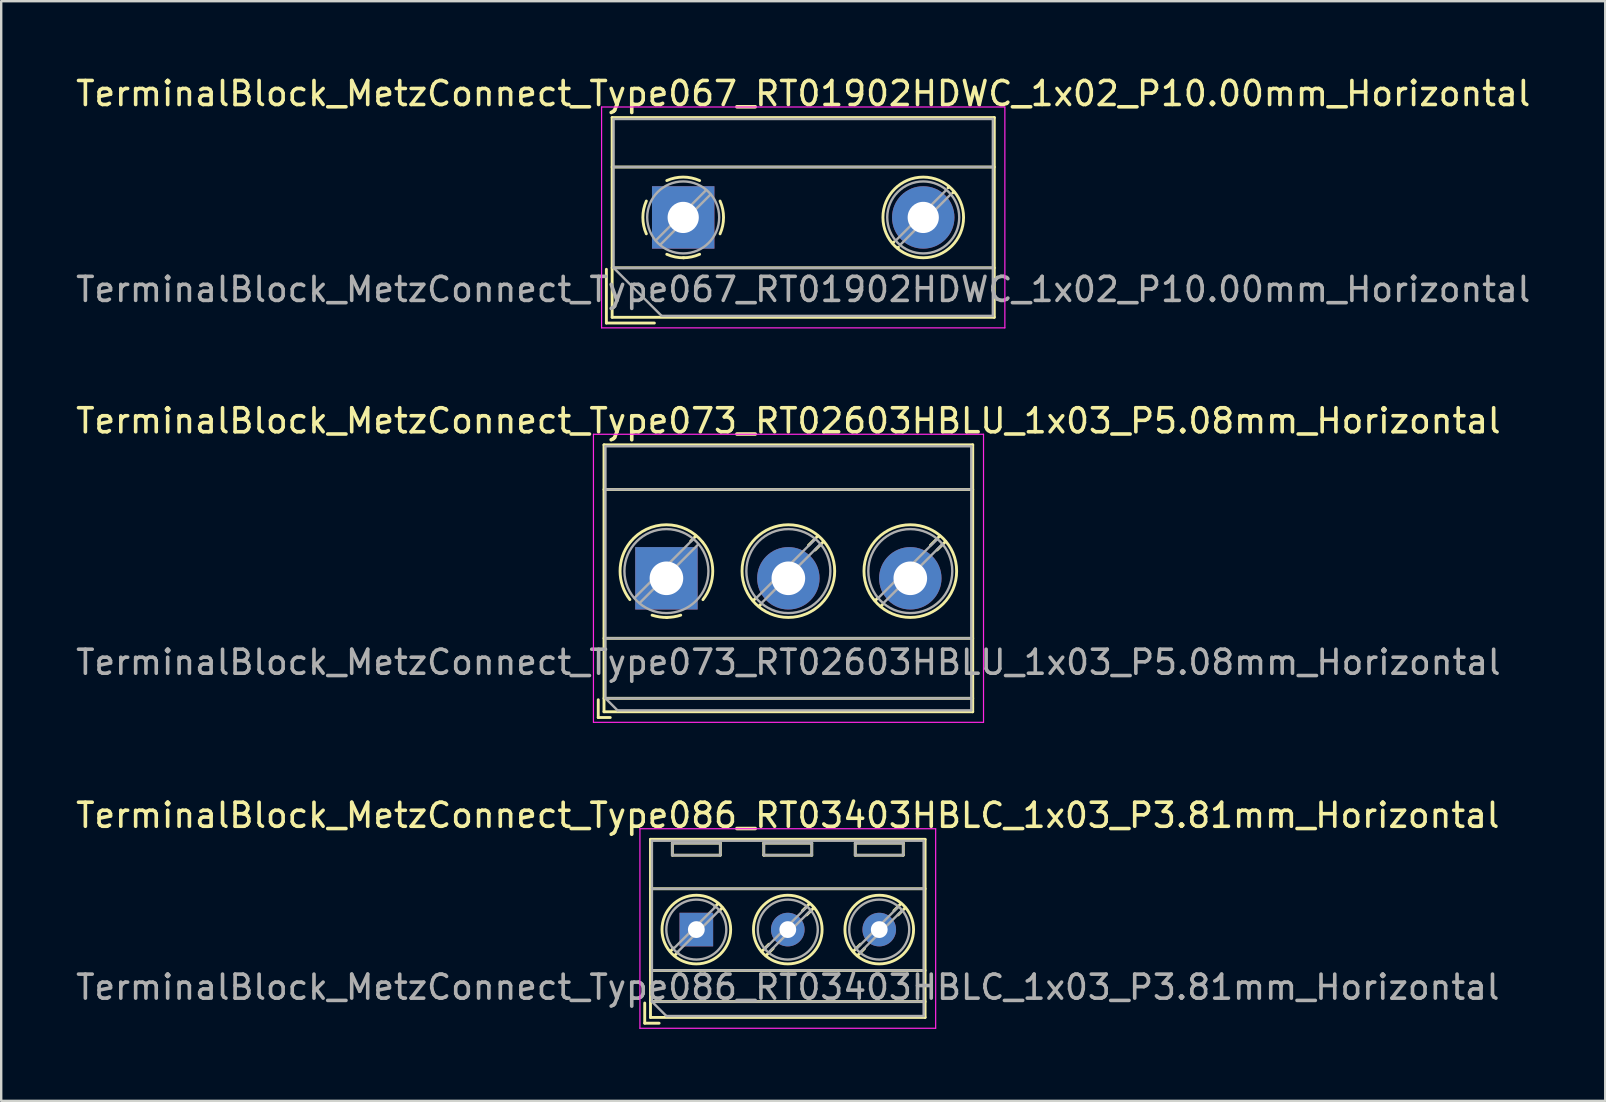
<source format=kicad_pcb>
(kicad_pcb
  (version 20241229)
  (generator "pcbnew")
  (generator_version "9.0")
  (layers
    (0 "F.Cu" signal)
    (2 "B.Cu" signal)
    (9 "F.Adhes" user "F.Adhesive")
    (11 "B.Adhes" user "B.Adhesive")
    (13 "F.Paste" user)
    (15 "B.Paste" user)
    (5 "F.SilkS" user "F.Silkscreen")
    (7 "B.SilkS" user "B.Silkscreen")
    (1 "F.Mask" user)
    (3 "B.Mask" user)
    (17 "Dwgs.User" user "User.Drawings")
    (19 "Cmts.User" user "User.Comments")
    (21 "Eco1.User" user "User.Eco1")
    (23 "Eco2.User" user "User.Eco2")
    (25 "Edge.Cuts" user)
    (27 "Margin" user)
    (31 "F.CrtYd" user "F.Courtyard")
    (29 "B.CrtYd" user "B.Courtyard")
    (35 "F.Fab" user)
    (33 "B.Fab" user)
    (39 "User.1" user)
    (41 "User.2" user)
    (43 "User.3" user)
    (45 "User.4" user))
  (footprint "TerminalBlock_MetzConnect_Type073_RT02603HBLU_1x03_P5.08mm_Horizontal"
    (layer "F.Cu")
    (at 24.712 21.041)
    (property "Reference" "TerminalBlock_MetzConnect_Type073_RT02603HBLU_1x03_P5.08mm_Horizontal" (at 5.08 -6.56 0) (layer "F.SilkS") (effects (font (size 1 1) (thickness 0.15))))
    (attr through_hole)
    (fp_line (start -2.84 5.06) (end -2.84 5.8) (stroke (width 0.12) (type solid)) (layer "F.SilkS"))
    (fp_line (start -2.84 5.8) (end -2.34 5.8) (stroke (width 0.12) (type solid)) (layer "F.SilkS"))
    (fp_line (start -2.6 -5.56) (end -2.6 5.56) (stroke (width 0.12) (type solid)) (layer "F.SilkS"))
    (fp_line (start -2.6 -5.56) (end 12.76 -5.56) (stroke (width 0.12) (type solid)) (layer "F.SilkS"))
    (fp_line (start -2.6 -3.7) (end 12.76 -3.7) (stroke (width 0.12) (type solid)) (layer "F.SilkS"))
    (fp_line (start -2.6 2.5) (end 12.76 2.5) (stroke (width 0.12) (type solid)) (layer "F.SilkS"))
    (fp_line (start -2.6 5) (end 12.76 5) (stroke (width 0.12) (type solid)) (layer "F.SilkS"))
    (fp_line (start -2.6 5.56) (end 12.76 5.56) (stroke (width 0.12) (type solid)) (layer "F.SilkS"))
    (fp_line (start 1.229 -1.764) (end 1.013 -1.549) (stroke (width 0.12) (type solid)) (layer "F.SilkS"))
    (fp_line (start 3.724 0.821) (end 3.617 0.928) (stroke (width 0.12) (type solid)) (layer "F.SilkS"))
    (fp_line (start 3.933 1.083) (end 3.852 1.164) (stroke (width 0.12) (type solid)) (layer "F.SilkS"))
    (fp_line (start 6.309 -1.764) (end 5.918 -1.374) (stroke (width 0.12) (type solid)) (layer "F.SilkS"))
    (fp_line (start 6.544 -1.529) (end 6.194 -1.179) (stroke (width 0.12) (type solid)) (layer "F.SilkS"))
    (fp_line (start 8.804 0.821) (end 8.697 0.928) (stroke (width 0.12) (type solid)) (layer "F.SilkS"))
    (fp_line (start 9.013 1.083) (end 8.932 1.164) (stroke (width 0.12) (type solid)) (layer "F.SilkS"))
    (fp_line (start 11.389 -1.764) (end 10.998 -1.374) (stroke (width 0.12) (type solid)) (layer "F.SilkS"))
    (fp_line (start 11.624 -1.529) (end 11.274 -1.179) (stroke (width 0.12) (type solid)) (layer "F.SilkS"))
    (fp_line (start 12.76 -5.56) (end 12.76 5.56) (stroke (width 0.12) (type solid)) (layer "F.SilkS"))
    (fp_arc (start -1.521645 0.888175) (mid -1.930586 -0.300524) (end -1.521 -1.489) (stroke (width 0.12) (type solid)) (layer "F.SilkS"))
    (fp_arc (start -1.500317 -1.514609) (mid -0.000252 -2.230344) (end 1.5 -1.515) (stroke (width 0.12) (type solid)) (layer "F.SilkS"))
    (fp_arc (start 0.033269 1.630336) (mid -0.285785 1.609354) (end -0.597 1.536) (stroke (width 0.12) (type solid)) (layer "F.SilkS"))
    (fp_arc (start 0.596403 1.535539) (mid 0.301919 1.606238) (end 0 1.63) (stroke (width 0.12) (type solid)) (layer "F.SilkS"))
    (fp_arc (start 1.521645 -1.488175) (mid 1.930586 -0.299476) (end 1.521 0.889) (stroke (width 0.12) (type solid)) (layer "F.SilkS"))
    (fp_arc (start 5.08 1.63) (mid 5.08 -2.23) (end 5.08 1.63) (stroke (width 0.12) (type solid)) (layer "F.SilkS"))
    (fp_arc (start 10.16 1.63) (mid 10.16 -2.23) (end 10.16 1.63) (stroke (width 0.12) (type solid)) (layer "F.SilkS"))
    (fp_line (start -3.04 -6) (end -3.04 6) (stroke (width 0.05) (type solid)) (layer "F.CrtYd"))
    (fp_line (start -3.04 6) (end 13.21 6) (stroke (width 0.05) (type solid)) (layer "F.CrtYd"))
    (fp_line (start 13.21 -6) (end -3.04 -6) (stroke (width 0.05) (type solid)) (layer "F.CrtYd"))
    (fp_line (start 13.21 6) (end 13.21 -6) (stroke (width 0.05) (type solid)) (layer "F.CrtYd"))
    (fp_line (start -2.54 -5.5) (end 12.7 -5.5) (stroke (width 0.1) (type solid)) (layer "F.Fab"))
    (fp_line (start -2.54 -3.7) (end 12.7 -3.7) (stroke (width 0.1) (type solid)) (layer "F.Fab"))
    (fp_line (start -2.54 2.5) (end 12.7 2.5) (stroke (width 0.1) (type solid)) (layer "F.Fab"))
    (fp_line (start -2.54 5) (end -2.54 -5.5) (stroke (width 0.1) (type solid)) (layer "F.Fab"))
    (fp_line (start -2.54 5) (end 12.7 5) (stroke (width 0.1) (type solid)) (layer "F.Fab"))
    (fp_line (start -2.04 5.5) (end -2.54 5) (stroke (width 0.1) (type solid)) (layer "F.Fab"))
    (fp_line (start 1.114 -1.628) (end -1.328 0.814) (stroke (width 0.1) (type solid)) (layer "F.Fab"))
    (fp_line (start 1.328 -1.414) (end -1.114 1.027) (stroke (width 0.1) (type solid)) (layer "F.Fab"))
    (fp_line (start 6.194 -1.628) (end 3.753 0.814) (stroke (width 0.1) (type solid)) (layer "F.Fab"))
    (fp_line (start 6.408 -1.414) (end 3.967 1.027) (stroke (width 0.1) (type solid)) (layer "F.Fab"))
    (fp_line (start 11.274 -1.628) (end 8.833 0.814) (stroke (width 0.1) (type solid)) (layer "F.Fab"))
    (fp_line (start 11.488 -1.414) (end 9.047 1.027) (stroke (width 0.1) (type solid)) (layer "F.Fab"))
    (fp_line (start 12.7 -5.5) (end 12.7 5.5) (stroke (width 0.1) (type solid)) (layer "F.Fab"))
    (fp_line (start 12.7 5.5) (end -2.04 5.5) (stroke (width 0.1) (type solid)) (layer "F.Fab"))
    (fp_circle (center 0 -0.3) (end 1.75 -0.3) (stroke (width 0.1) (type solid)) (fill no) (layer "F.Fab"))
    (fp_circle (center 5.08 -0.3) (end 6.83 -0.3) (stroke (width 0.1) (type solid)) (fill no) (layer "F.Fab"))
    (fp_circle (center 10.16 -0.3) (end 11.91 -0.3) (stroke (width 0.1) (type solid)) (fill no) (layer "F.Fab"))
    (fp_text user "${REFERENCE}" (at 5.08 3.5 0) (layer "F.Fab") (effects (font (size 1 1) (thickness 0.15))))
    (pad "1" thru_hole rect (at 0 0) (size 2.6 2.6) (drill 1.4) (layers "*.Cu" "*.Mask"))
    (pad "2" thru_hole circle (at 5.08 0) (size 2.6 2.6) (drill 1.4) (layers "*.Cu" "*.Mask"))
    (pad "3" thru_hole circle (at 10.16 0) (size 2.6 2.6) (drill 1.4) (layers "*.Cu" "*.Mask")))
  (footprint "TerminalBlock_MetzConnect_Type086_RT03403HBLC_1x03_P3.81mm_Horizontal"
    (layer "F.Cu")
    (at 25.958 35.675)
    (property "Reference" "TerminalBlock_MetzConnect_Type086_RT03403HBLC_1x03_P3.81mm_Horizontal" (at 3.81 -4.76 0) (layer "F.SilkS") (effects (font (size 1 1) (thickness 0.15))))
    (attr through_hole)
    (fp_line (start -2.15 3.06) (end -2.15 3.9) (stroke (width 0.12) (type solid)) (layer "F.SilkS"))
    (fp_line (start -2.15 3.9) (end -1.55 3.9) (stroke (width 0.12) (type solid)) (layer "F.SilkS"))
    (fp_line (start -1.91 -3.76) (end -1.91 3.66) (stroke (width 0.12) (type solid)) (layer "F.SilkS"))
    (fp_line (start -1.91 -3.76) (end 9.53 -3.76) (stroke (width 0.12) (type solid)) (layer "F.SilkS"))
    (fp_line (start -1.91 -1.7) (end 9.53 -1.7) (stroke (width 0.12) (type solid)) (layer "F.SilkS"))
    (fp_line (start -1.91 1.701) (end 9.53 1.701) (stroke (width 0.12) (type solid)) (layer "F.SilkS"))
    (fp_line (start -1.91 3) (end 9.53 3) (stroke (width 0.12) (type solid)) (layer "F.SilkS"))
    (fp_line (start -1.91 3.66) (end 9.53 3.66) (stroke (width 0.12) (type solid)) (layer "F.SilkS"))
    (fp_line (start -1 -3.6) (end -1 -3.1) (stroke (width 0.12) (type solid)) (layer "F.SilkS"))
    (fp_line (start -1 -3.6) (end 1 -3.6) (stroke (width 0.12) (type solid)) (layer "F.SilkS"))
    (fp_line (start -1 -3.1) (end 1 -3.1) (stroke (width 0.12) (type solid)) (layer "F.SilkS"))
    (fp_line (start -0.946 0.771) (end -1.085 0.91) (stroke (width 0.12) (type solid)) (layer "F.SilkS"))
    (fp_line (start -0.771 0.945) (end -0.911 1.085) (stroke (width 0.12) (type solid)) (layer "F.SilkS"))
    (fp_line (start 0.911 -1.085) (end 0.771 -0.945) (stroke (width 0.12) (type solid)) (layer "F.SilkS"))
    (fp_line (start 1 -3.6) (end 1 -3.1) (stroke (width 0.12) (type solid)) (layer "F.SilkS"))
    (fp_line (start 1.085 -0.91) (end 0.945 -0.771) (stroke (width 0.12) (type solid)) (layer "F.SilkS"))
    (fp_line (start 2.81 -3.6) (end 2.81 -3.1) (stroke (width 0.12) (type solid)) (layer "F.SilkS"))
    (fp_line (start 2.81 -3.6) (end 4.81 -3.6) (stroke (width 0.12) (type solid)) (layer "F.SilkS"))
    (fp_line (start 2.81 -3.1) (end 4.81 -3.1) (stroke (width 0.12) (type solid)) (layer "F.SilkS"))
    (fp_line (start 3.025 0.611) (end 2.726 0.91) (stroke (width 0.12) (type solid)) (layer "F.SilkS"))
    (fp_line (start 3.2 0.786) (end 2.9 1.085) (stroke (width 0.12) (type solid)) (layer "F.SilkS"))
    (fp_line (start 4.721 -1.085) (end 4.421 -0.786) (stroke (width 0.12) (type solid)) (layer "F.SilkS"))
    (fp_line (start 4.81 -3.6) (end 4.81 -3.1) (stroke (width 0.12) (type solid)) (layer "F.SilkS"))
    (fp_line (start 4.895 -0.91) (end 4.596 -0.611) (stroke (width 0.12) (type solid)) (layer "F.SilkS"))
    (fp_line (start 6.62 -3.6) (end 6.62 -3.1) (stroke (width 0.12) (type solid)) (layer "F.SilkS"))
    (fp_line (start 6.62 -3.6) (end 8.62 -3.6) (stroke (width 0.12) (type solid)) (layer "F.SilkS"))
    (fp_line (start 6.62 -3.1) (end 8.62 -3.1) (stroke (width 0.12) (type solid)) (layer "F.SilkS"))
    (fp_line (start 6.835 0.611) (end 6.536 0.91) (stroke (width 0.12) (type solid)) (layer "F.SilkS"))
    (fp_line (start 7.01 0.786) (end 6.71 1.085) (stroke (width 0.12) (type solid)) (layer "F.SilkS"))
    (fp_line (start 8.531 -1.085) (end 8.231 -0.786) (stroke (width 0.12) (type solid)) (layer "F.SilkS"))
    (fp_line (start 8.62 -3.6) (end 8.62 -3.1) (stroke (width 0.12) (type solid)) (layer "F.SilkS"))
    (fp_line (start 8.705 -0.91) (end 8.406 -0.611) (stroke (width 0.12) (type solid)) (layer "F.SilkS"))
    (fp_line (start 9.53 -3.76) (end 9.53 3.66) (stroke (width 0.12) (type solid)) (layer "F.SilkS"))
    (fp_circle (center 0 0) (end 1.43 0) (stroke (width 0.12) (type solid)) (fill no) (layer "F.SilkS"))
    (fp_circle (center 3.81 0) (end 5.24 0) (stroke (width 0.12) (type solid)) (fill no) (layer "F.SilkS"))
    (fp_circle (center 7.62 0) (end 9.05 0) (stroke (width 0.12) (type solid)) (fill no) (layer "F.SilkS"))
    (fp_line (start -2.35 -4.2) (end -2.35 4.11) (stroke (width 0.05) (type solid)) (layer "F.CrtYd"))
    (fp_line (start -2.35 4.11) (end 9.97 4.11) (stroke (width 0.05) (type solid)) (layer "F.CrtYd"))
    (fp_line (start 9.97 -4.2) (end -2.35 -4.2) (stroke (width 0.05) (type solid)) (layer "F.CrtYd"))
    (fp_line (start 9.97 4.11) (end 9.97 -4.2) (stroke (width 0.05) (type solid)) (layer "F.CrtYd"))
    (fp_line (start -1.85 -3.7) (end 9.47 -3.7) (stroke (width 0.1) (type solid)) (layer "F.Fab"))
    (fp_line (start -1.85 -1.7) (end 9.47 -1.7) (stroke (width 0.1) (type solid)) (layer "F.Fab"))
    (fp_line (start -1.85 1.7) (end 9.47 1.7) (stroke (width 0.1) (type solid)) (layer "F.Fab"))
    (fp_line (start -1.85 3) (end -1.85 -3.7) (stroke (width 0.1) (type solid)) (layer "F.Fab"))
    (fp_line (start -1.85 3) (end 9.47 3) (stroke (width 0.1) (type solid)) (layer "F.Fab"))
    (fp_line (start -1.25 3.6) (end -1.85 3) (stroke (width 0.1) (type solid)) (layer "F.Fab"))
    (fp_line (start -1 -3.6) (end -1 -3.1) (stroke (width 0.1) (type solid)) (layer "F.Fab"))
    (fp_line (start -1 -3.1) (end 1 -3.1) (stroke (width 0.1) (type solid)) (layer "F.Fab"))
    (fp_line (start 0.796 -0.948) (end -0.949 0.796) (stroke (width 0.1) (type solid)) (layer "F.Fab"))
    (fp_line (start 0.949 -0.796) (end -0.796 0.948) (stroke (width 0.1) (type solid)) (layer "F.Fab"))
    (fp_line (start 1 -3.6) (end -1 -3.6) (stroke (width 0.1) (type solid)) (layer "F.Fab"))
    (fp_line (start 1 -3.1) (end 1 -3.6) (stroke (width 0.1) (type solid)) (layer "F.Fab"))
    (fp_line (start 2.81 -3.6) (end 2.81 -3.1) (stroke (width 0.1) (type solid)) (layer "F.Fab"))
    (fp_line (start 2.81 -3.1) (end 4.81 -3.1) (stroke (width 0.1) (type solid)) (layer "F.Fab"))
    (fp_line (start 4.606 -0.948) (end 2.862 0.796) (stroke (width 0.1) (type solid)) (layer "F.Fab"))
    (fp_line (start 4.759 -0.796) (end 3.015 0.948) (stroke (width 0.1) (type solid)) (layer "F.Fab"))
    (fp_line (start 4.81 -3.6) (end 2.81 -3.6) (stroke (width 0.1) (type solid)) (layer "F.Fab"))
    (fp_line (start 4.81 -3.1) (end 4.81 -3.6) (stroke (width 0.1) (type solid)) (layer "F.Fab"))
    (fp_line (start 6.62 -3.6) (end 6.62 -3.1) (stroke (width 0.1) (type solid)) (layer "F.Fab"))
    (fp_line (start 6.62 -3.1) (end 8.62 -3.1) (stroke (width 0.1) (type solid)) (layer "F.Fab"))
    (fp_line (start 8.416 -0.948) (end 6.672 0.796) (stroke (width 0.1) (type solid)) (layer "F.Fab"))
    (fp_line (start 8.569 -0.796) (end 6.825 0.948) (stroke (width 0.1) (type solid)) (layer "F.Fab"))
    (fp_line (start 8.62 -3.6) (end 6.62 -3.6) (stroke (width 0.1) (type solid)) (layer "F.Fab"))
    (fp_line (start 8.62 -3.1) (end 8.62 -3.6) (stroke (width 0.1) (type solid)) (layer "F.Fab"))
    (fp_line (start 9.47 -3.7) (end 9.47 3.6) (stroke (width 0.1) (type solid)) (layer "F.Fab"))
    (fp_line (start 9.47 3.6) (end -1.25 3.6) (stroke (width 0.1) (type solid)) (layer "F.Fab"))
    (fp_circle (center 0 0) (end 1.25 0) (stroke (width 0.1) (type solid)) (fill no) (layer "F.Fab"))
    (fp_circle (center 3.81 0) (end 5.06 0) (stroke (width 0.1) (type solid)) (fill no) (layer "F.Fab"))
    (fp_circle (center 7.62 0) (end 8.87 0) (stroke (width 0.1) (type solid)) (fill no) (layer "F.Fab"))
    (fp_text user "${REFERENCE}" (at 3.81 2.4 0) (layer "F.Fab") (effects (font (size 1 1) (thickness 0.15))))
    (pad "1" thru_hole rect (at 0 0) (size 1.4 1.4) (drill 0.7) (layers "*.Cu" "*.Mask"))
    (pad "2" thru_hole circle (at 3.81 0) (size 1.4 1.4) (drill 0.7) (layers "*.Cu" "*.Mask"))
    (pad "3" thru_hole circle (at 7.62 0) (size 1.4 1.4) (drill 0.7) (layers "*.Cu" "*.Mask")))
  (footprint "TerminalBlock_MetzConnect_Type067_RT01902HDWC_1x02_P10.00mm_Horizontal"
    (layer "F.Cu")
    (at 25.411 6.008)
    (property "Reference" "TerminalBlock_MetzConnect_Type067_RT01902HDWC_1x02_P10.00mm_Horizontal" (at 5 -5.16 0) (layer "F.SilkS") (effects (font (size 1 1) (thickness 0.15))))
    (attr through_hole)
    (fp_line (start -3.2 2.16) (end -3.2 4.4) (stroke (width 0.12) (type solid)) (layer "F.SilkS"))
    (fp_line (start -3.2 4.4) (end -1.2 4.4) (stroke (width 0.12) (type solid)) (layer "F.SilkS"))
    (fp_line (start -2.96 -4.16) (end -2.96 4.16) (stroke (width 0.12) (type solid)) (layer "F.SilkS"))
    (fp_line (start -2.96 -4.16) (end 12.96 -4.16) (stroke (width 0.12) (type solid)) (layer "F.SilkS"))
    (fp_line (start -2.96 -2.1) (end 12.96 -2.1) (stroke (width 0.12) (type solid)) (layer "F.SilkS"))
    (fp_line (start -2.96 2.1) (end 12.96 2.1) (stroke (width 0.12) (type solid)) (layer "F.SilkS"))
    (fp_line (start -2.96 4.16) (end 12.96 4.16) (stroke (width 0.12) (type solid)) (layer "F.SilkS"))
    (fp_line (start 8.773 1.023) (end 8.726 1.069) (stroke (width 0.12) (type solid)) (layer "F.SilkS"))
    (fp_line (start 8.966 1.239) (end 8.931 1.274) (stroke (width 0.12) (type solid)) (layer "F.SilkS"))
    (fp_line (start 11.07 -1.275) (end 11.035 -1.239) (stroke (width 0.12) (type solid)) (layer "F.SilkS"))
    (fp_line (start 11.275 -1.069) (end 11.228 -1.023) (stroke (width 0.12) (type solid)) (layer "F.SilkS"))
    (fp_line (start 12.96 -4.16) (end 12.96 4.16) (stroke (width 0.12) (type solid)) (layer "F.SilkS"))
    (fp_arc (start -1.535427 0.683042) (mid -1.680501 -0.000524) (end -1.535 -0.684) (stroke (width 0.12) (type solid)) (layer "F.SilkS"))
    (fp_arc (start -0.683042 -1.535427) (mid 0.000524 -1.680501) (end 0.684 -1.535) (stroke (width 0.12) (type solid)) (layer "F.SilkS"))
    (fp_arc (start 0.028805 1.680253) (mid -0.335551 1.646659) (end -0.684 1.535) (stroke (width 0.12) (type solid)) (layer "F.SilkS"))
    (fp_arc (start 0.683318 1.534756) (mid 0.349292 1.643288) (end 0 1.68) (stroke (width 0.12) (type solid)) (layer "F.SilkS"))
    (fp_arc (start 1.535427 -0.683042) (mid 1.680501 0.000524) (end 1.535 0.684) (stroke (width 0.12) (type solid)) (layer "F.SilkS"))
    (fp_circle (center 10 0) (end 11.68 0) (stroke (width 0.12) (type solid)) (fill no) (layer "F.SilkS"))
    (fp_line (start -3.4 -4.6) (end -3.4 4.6) (stroke (width 0.05) (type solid)) (layer "F.CrtYd"))
    (fp_line (start -3.4 4.6) (end 13.4 4.6) (stroke (width 0.05) (type solid)) (layer "F.CrtYd"))
    (fp_line (start 13.4 -4.6) (end -3.4 -4.6) (stroke (width 0.05) (type solid)) (layer "F.CrtYd"))
    (fp_line (start 13.4 4.6) (end 13.4 -4.6) (stroke (width 0.05) (type solid)) (layer "F.CrtYd"))
    (fp_line (start -2.9 -4.1) (end 12.9 -4.1) (stroke (width 0.1) (type solid)) (layer "F.Fab"))
    (fp_line (start -2.9 -2.1) (end 12.9 -2.1) (stroke (width 0.1) (type solid)) (layer "F.Fab"))
    (fp_line (start -2.9 2.1) (end -2.9 -4.1) (stroke (width 0.1) (type solid)) (layer "F.Fab"))
    (fp_line (start -2.9 2.1) (end 12.9 2.1) (stroke (width 0.1) (type solid)) (layer "F.Fab"))
    (fp_line (start -0.9 4.1) (end -2.9 2.1) (stroke (width 0.1) (type solid)) (layer "F.Fab"))
    (fp_line (start 0.955 -1.138) (end -1.138 0.955) (stroke (width 0.1) (type solid)) (layer "F.Fab"))
    (fp_line (start 1.138 -0.955) (end -0.955 1.138) (stroke (width 0.1) (type solid)) (layer "F.Fab"))
    (fp_line (start 10.955 -1.138) (end 8.863 0.955) (stroke (width 0.1) (type solid)) (layer "F.Fab"))
    (fp_line (start 11.138 -0.955) (end 9.046 1.138) (stroke (width 0.1) (type solid)) (layer "F.Fab"))
    (fp_line (start 12.9 -4.1) (end 12.9 4.1) (stroke (width 0.1) (type solid)) (layer "F.Fab"))
    (fp_line (start 12.9 4.1) (end -0.9 4.1) (stroke (width 0.1) (type solid)) (layer "F.Fab"))
    (fp_circle (center 0 0) (end 1.5 0) (stroke (width 0.1) (type solid)) (fill no) (layer "F.Fab"))
    (fp_circle (center 10 0) (end 11.5 0) (stroke (width 0.1) (type solid)) (fill no) (layer "F.Fab"))
    (fp_text user "${REFERENCE}" (at 5 3 0) (layer "F.Fab") (effects (font (size 1 1) (thickness 0.15))))
    (pad "1" thru_hole rect (at 0 0) (size 2.6 2.6) (drill 1.3) (layers "*.Cu" "*.Mask"))
    (pad "2" thru_hole circle (at 10 0) (size 2.6 2.6) (drill 1.3) (layers "*.Cu" "*.Mask")))
  (gr_rect
    (start -3 -3)
    (end 63.821 42.81)
    (stroke (width 0.1) (type default))
    (fill no)
    (layer "Edge.Cuts")))
</source>
